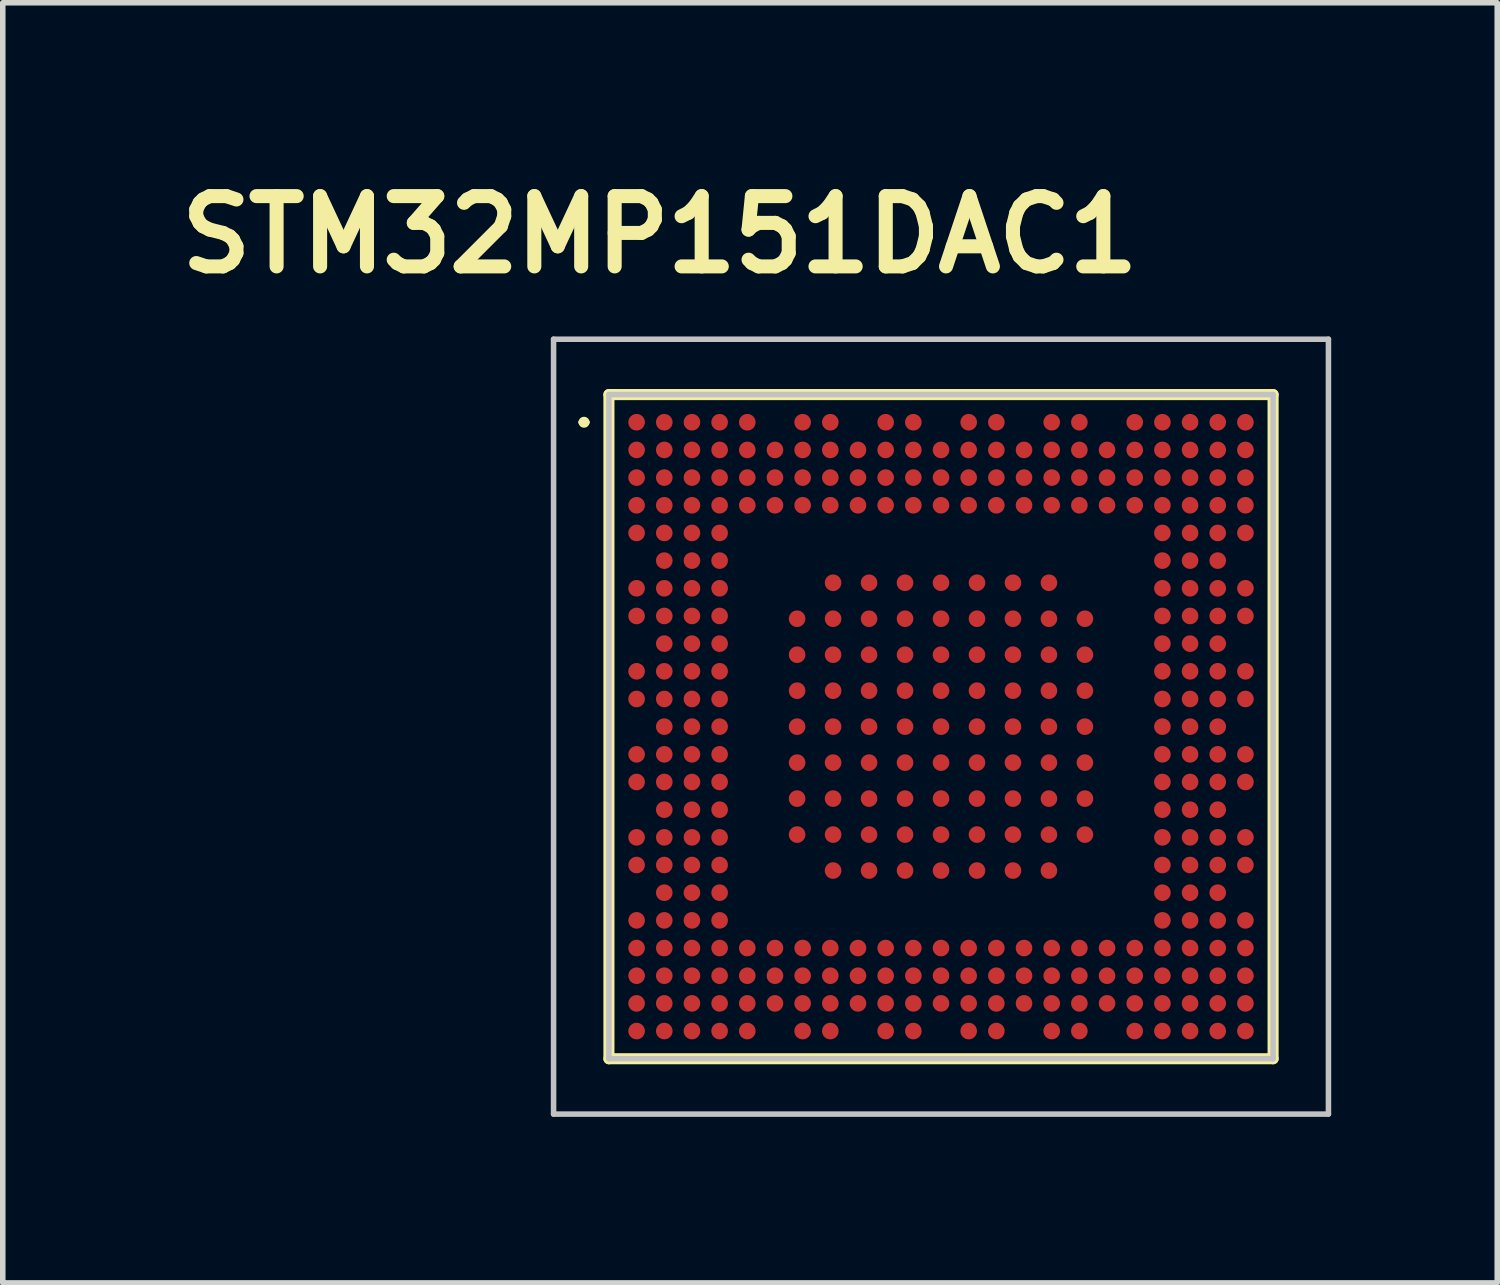
<source format=kicad_pcb>
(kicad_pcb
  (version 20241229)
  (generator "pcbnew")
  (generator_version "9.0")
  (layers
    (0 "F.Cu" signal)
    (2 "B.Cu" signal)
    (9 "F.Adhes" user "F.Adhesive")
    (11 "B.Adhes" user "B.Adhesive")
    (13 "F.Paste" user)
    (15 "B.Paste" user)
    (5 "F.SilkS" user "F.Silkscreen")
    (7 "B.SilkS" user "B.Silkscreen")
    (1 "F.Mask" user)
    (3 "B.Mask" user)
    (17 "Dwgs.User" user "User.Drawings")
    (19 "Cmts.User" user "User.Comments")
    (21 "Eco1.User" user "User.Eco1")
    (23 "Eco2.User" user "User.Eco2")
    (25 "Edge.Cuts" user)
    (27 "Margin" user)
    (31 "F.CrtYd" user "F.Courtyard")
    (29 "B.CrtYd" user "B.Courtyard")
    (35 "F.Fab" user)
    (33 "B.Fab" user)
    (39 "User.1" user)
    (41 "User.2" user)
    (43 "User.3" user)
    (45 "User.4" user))
  (footprint "STM32MP151DAC1"
    (layer "F.Cu")
    (at 13.952 10.079)
    (property "Reference" "STM32MP151DAC1" (at -5.08 -8.89 0) (layer "F.SilkS") (effects (font (size 1.27 1.27) (thickness 0.254))))
    (attr smd)
    (fp_line (start -6.5 -5.5) (end -6.5 -5.5) (stroke (width 0.1) (type solid)) (layer "F.SilkS"))
    (fp_line (start -6.4 -5.5) (end -6.4 -5.5) (stroke (width 0.1) (type solid)) (layer "F.SilkS"))
    (fp_line (start -6 -6) (end -6 6) (stroke (width 0.2) (type solid)) (layer "F.SilkS"))
    (fp_line (start -6 6) (end 6 6) (stroke (width 0.2) (type solid)) (layer "F.SilkS"))
    (fp_line (start 6 -6) (end -6 -6) (stroke (width 0.2) (type solid)) (layer "F.SilkS"))
    (fp_line (start 6 6) (end 6 -6) (stroke (width 0.2) (type solid)) (layer "F.SilkS"))
    (fp_arc (start -6.5 -5.5) (mid -6.45 -5.55) (end -6.4 -5.5) (stroke (width 0.1) (type solid)) (layer "F.SilkS"))
    (fp_arc (start -6.4 -5.5) (mid -6.45 -5.45) (end -6.5 -5.5) (stroke (width 0.1) (type solid)) (layer "F.SilkS"))
    (fp_line (start -7 -7) (end -7 7) (stroke (width 0.1) (type solid)) (layer "Dwgs.User"))
    (fp_line (start -7 7) (end 7 7) (stroke (width 0.1) (type solid)) (layer "Dwgs.User"))
    (fp_line (start -6 -6) (end -6 6) (stroke (width 0.1) (type solid)) (layer "Dwgs.User"))
    (fp_line (start -6 6) (end 6 6) (stroke (width 0.1) (type solid)) (layer "Dwgs.User"))
    (fp_line (start 6 -6) (end -6 -6) (stroke (width 0.1) (type solid)) (layer "Dwgs.User"))
    (fp_line (start 6 6) (end 6 -6) (stroke (width 0.1) (type solid)) (layer "Dwgs.User"))
    (fp_line (start 7 -7) (end -7 -7) (stroke (width 0.1) (type solid)) (layer "Dwgs.User"))
    (fp_line (start 7 7) (end 7 -7) (stroke (width 0.1) (type solid)) (layer "Dwgs.User"))
    (pad "A1" smd circle (at -5.5 -5.5 90) (size 0.3 0.3) (layers "F.Cu" "F.Mask" "F.Paste"))
    (pad "A2" smd circle (at -5 -5.5 90) (size 0.3 0.3) (layers "F.Cu" "F.Mask" "F.Paste"))
    (pad "A3" smd circle (at -4.5 -5.5 90) (size 0.3 0.3) (layers "F.Cu" "F.Mask" "F.Paste"))
    (pad "A4" smd circle (at -4 -5.5 90) (size 0.3 0.3) (layers "F.Cu" "F.Mask" "F.Paste"))
    (pad "A5" smd circle (at -3.5 -5.5 90) (size 0.3 0.3) (layers "F.Cu" "F.Mask" "F.Paste"))
    (pad "A7" smd circle (at -2.5 -5.5 90) (size 0.3 0.3) (layers "F.Cu" "F.Mask" "F.Paste"))
    (pad "A8" smd circle (at -2 -5.5 90) (size 0.3 0.3) (layers "F.Cu" "F.Mask" "F.Paste"))
    (pad "A10" smd circle (at -1 -5.5 90) (size 0.3 0.3) (layers "F.Cu" "F.Mask" "F.Paste"))
    (pad "A11" smd circle (at -0.5 -5.5 90) (size 0.3 0.3) (layers "F.Cu" "F.Mask" "F.Paste"))
    (pad "A13" smd circle (at 0.5 -5.5 90) (size 0.3 0.3) (layers "F.Cu" "F.Mask" "F.Paste"))
    (pad "A14" smd circle (at 1 -5.5 90) (size 0.3 0.3) (layers "F.Cu" "F.Mask" "F.Paste"))
    (pad "A16" smd circle (at 2 -5.5 90) (size 0.3 0.3) (layers "F.Cu" "F.Mask" "F.Paste"))
    (pad "A17" smd circle (at 2.5 -5.5 90) (size 0.3 0.3) (layers "F.Cu" "F.Mask" "F.Paste"))
    (pad "A19" smd circle (at 3.5 -5.5 90) (size 0.3 0.3) (layers "F.Cu" "F.Mask" "F.Paste"))
    (pad "A20" smd circle (at 4 -5.5 90) (size 0.3 0.3) (layers "F.Cu" "F.Mask" "F.Paste"))
    (pad "A21" smd circle (at 4.5 -5.5 90) (size 0.3 0.3) (layers "F.Cu" "F.Mask" "F.Paste"))
    (pad "A22" smd circle (at 5 -5.5 90) (size 0.3 0.3) (layers "F.Cu" "F.Mask" "F.Paste"))
    (pad "A23" smd circle (at 5.5 -5.5 90) (size 0.3 0.3) (layers "F.Cu" "F.Mask" "F.Paste"))
    (pad "AA1" smd circle (at -5.5 4.5 90) (size 0.3 0.3) (layers "F.Cu" "F.Mask" "F.Paste"))
    (pad "AA2" smd circle (at -5 4.5 90) (size 0.3 0.3) (layers "F.Cu" "F.Mask" "F.Paste"))
    (pad "AA3" smd circle (at -4.5 4.5 90) (size 0.3 0.3) (layers "F.Cu" "F.Mask" "F.Paste"))
    (pad "AA4" smd circle (at -4 4.5 90) (size 0.3 0.3) (layers "F.Cu" "F.Mask" "F.Paste"))
    (pad "AA5" smd circle (at -3.5 4.5 90) (size 0.3 0.3) (layers "F.Cu" "F.Mask" "F.Paste"))
    (pad "AA6" smd circle (at -3 4.5 90) (size 0.3 0.3) (layers "F.Cu" "F.Mask" "F.Paste"))
    (pad "AA7" smd circle (at -2.5 4.5 90) (size 0.3 0.3) (layers "F.Cu" "F.Mask" "F.Paste"))
    (pad "AA8" smd circle (at -2 4.5 90) (size 0.3 0.3) (layers "F.Cu" "F.Mask" "F.Paste"))
    (pad "AA9" smd circle (at -1.5 4.5 90) (size 0.3 0.3) (layers "F.Cu" "F.Mask" "F.Paste"))
    (pad "AA10" smd circle (at -1 4.5 90) (size 0.3 0.3) (layers "F.Cu" "F.Mask" "F.Paste"))
    (pad "AA11" smd circle (at -0.5 4.5 90) (size 0.3 0.3) (layers "F.Cu" "F.Mask" "F.Paste"))
    (pad "AA12" smd circle (at 0 4.5 90) (size 0.3 0.3) (layers "F.Cu" "F.Mask" "F.Paste"))
    (pad "AA13" smd circle (at 0.5 4.5 90) (size 0.3 0.3) (layers "F.Cu" "F.Mask" "F.Paste"))
    (pad "AA14" smd circle (at 1 4.5 90) (size 0.3 0.3) (layers "F.Cu" "F.Mask" "F.Paste"))
    (pad "AA15" smd circle (at 1.5 4.5 90) (size 0.3 0.3) (layers "F.Cu" "F.Mask" "F.Paste"))
    (pad "AA16" smd circle (at 2 4.5 90) (size 0.3 0.3) (layers "F.Cu" "F.Mask" "F.Paste"))
    (pad "AA17" smd circle (at 2.5 4.5 90) (size 0.3 0.3) (layers "F.Cu" "F.Mask" "F.Paste"))
    (pad "AA18" smd circle (at 3 4.5 90) (size 0.3 0.3) (layers "F.Cu" "F.Mask" "F.Paste"))
    (pad "AA19" smd circle (at 3.5 4.5 90) (size 0.3 0.3) (layers "F.Cu" "F.Mask" "F.Paste"))
    (pad "AA20" smd circle (at 4 4.5 90) (size 0.3 0.3) (layers "F.Cu" "F.Mask" "F.Paste"))
    (pad "AA21" smd circle (at 4.5 4.5 90) (size 0.3 0.3) (layers "F.Cu" "F.Mask" "F.Paste"))
    (pad "AA22" smd circle (at 5 4.5 90) (size 0.3 0.3) (layers "F.Cu" "F.Mask" "F.Paste"))
    (pad "AA23" smd circle (at 5.5 4.5 90) (size 0.3 0.3) (layers "F.Cu" "F.Mask" "F.Paste"))
    (pad "AAA2" smd circle (at -1.95 -2.6 90) (size 0.3 0.3) (layers "F.Cu" "F.Mask" "F.Paste"))
    (pad "AAA3" smd circle (at -1.3 -2.6 90) (size 0.3 0.3) (layers "F.Cu" "F.Mask" "F.Paste"))
    (pad "AAA4" smd circle (at -0.65 -2.6 90) (size 0.3 0.3) (layers "F.Cu" "F.Mask" "F.Paste"))
    (pad "AAA5" smd circle (at 0 -2.6 90) (size 0.3 0.3) (layers "F.Cu" "F.Mask" "F.Paste"))
    (pad "AAA6" smd circle (at 0.65 -2.6 90) (size 0.3 0.3) (layers "F.Cu" "F.Mask" "F.Paste"))
    (pad "AAA7" smd circle (at 1.3 -2.6 90) (size 0.3 0.3) (layers "F.Cu" "F.Mask" "F.Paste"))
    (pad "AAA8" smd circle (at 1.95 -2.6 90) (size 0.3 0.3) (layers "F.Cu" "F.Mask" "F.Paste"))
    (pad "AB1" smd circle (at -5.5 5 90) (size 0.3 0.3) (layers "F.Cu" "F.Mask" "F.Paste"))
    (pad "AB2" smd circle (at -5 5 90) (size 0.3 0.3) (layers "F.Cu" "F.Mask" "F.Paste"))
    (pad "AB3" smd circle (at -4.5 5 90) (size 0.3 0.3) (layers "F.Cu" "F.Mask" "F.Paste"))
    (pad "AB4" smd circle (at -4 5 90) (size 0.3 0.3) (layers "F.Cu" "F.Mask" "F.Paste"))
    (pad "AB5" smd circle (at -3.5 5 90) (size 0.3 0.3) (layers "F.Cu" "F.Mask" "F.Paste"))
    (pad "AB6" smd circle (at -3 5 90) (size 0.3 0.3) (layers "F.Cu" "F.Mask" "F.Paste"))
    (pad "AB7" smd circle (at -2.5 5 90) (size 0.3 0.3) (layers "F.Cu" "F.Mask" "F.Paste"))
    (pad "AB8" smd circle (at -2 5 90) (size 0.3 0.3) (layers "F.Cu" "F.Mask" "F.Paste"))
    (pad "AB9" smd circle (at -1.5 5 90) (size 0.3 0.3) (layers "F.Cu" "F.Mask" "F.Paste"))
    (pad "AB10" smd circle (at -1 5 90) (size 0.3 0.3) (layers "F.Cu" "F.Mask" "F.Paste"))
    (pad "AB11" smd circle (at -0.5 5 90) (size 0.3 0.3) (layers "F.Cu" "F.Mask" "F.Paste"))
    (pad "AB12" smd circle (at 0 5 90) (size 0.3 0.3) (layers "F.Cu" "F.Mask" "F.Paste"))
    (pad "AB13" smd circle (at 0.5 5 90) (size 0.3 0.3) (layers "F.Cu" "F.Mask" "F.Paste"))
    (pad "AB14" smd circle (at 1 5 90) (size 0.3 0.3) (layers "F.Cu" "F.Mask" "F.Paste"))
    (pad "AB15" smd circle (at 1.5 5 90) (size 0.3 0.3) (layers "F.Cu" "F.Mask" "F.Paste"))
    (pad "AB16" smd circle (at 2 5 90) (size 0.3 0.3) (layers "F.Cu" "F.Mask" "F.Paste"))
    (pad "AB17" smd circle (at 2.5 5 90) (size 0.3 0.3) (layers "F.Cu" "F.Mask" "F.Paste"))
    (pad "AB18" smd circle (at 3 5 90) (size 0.3 0.3) (layers "F.Cu" "F.Mask" "F.Paste"))
    (pad "AB19" smd circle (at 3.5 5 90) (size 0.3 0.3) (layers "F.Cu" "F.Mask" "F.Paste"))
    (pad "AB20" smd circle (at 4 5 90) (size 0.3 0.3) (layers "F.Cu" "F.Mask" "F.Paste"))
    (pad "AB21" smd circle (at 4.5 5 90) (size 0.3 0.3) (layers "F.Cu" "F.Mask" "F.Paste"))
    (pad "AB22" smd circle (at 5 5 90) (size 0.3 0.3) (layers "F.Cu" "F.Mask" "F.Paste"))
    (pad "AB23" smd circle (at 5.5 5 90) (size 0.3 0.3) (layers "F.Cu" "F.Mask" "F.Paste"))
    (pad "AC1" smd circle (at -5.5 5.5 90) (size 0.3 0.3) (layers "F.Cu" "F.Mask" "F.Paste"))
    (pad "AC2" smd circle (at -5 5.5 90) (size 0.3 0.3) (layers "F.Cu" "F.Mask" "F.Paste"))
    (pad "AC3" smd circle (at -4.5 5.5 90) (size 0.3 0.3) (layers "F.Cu" "F.Mask" "F.Paste"))
    (pad "AC4" smd circle (at -4 5.5 90) (size 0.3 0.3) (layers "F.Cu" "F.Mask" "F.Paste"))
    (pad "AC5" smd circle (at -3.5 5.5 90) (size 0.3 0.3) (layers "F.Cu" "F.Mask" "F.Paste"))
    (pad "AC7" smd circle (at -2.5 5.5 90) (size 0.3 0.3) (layers "F.Cu" "F.Mask" "F.Paste"))
    (pad "AC8" smd circle (at -2 5.5 90) (size 0.3 0.3) (layers "F.Cu" "F.Mask" "F.Paste"))
    (pad "AC10" smd circle (at -1 5.5 90) (size 0.3 0.3) (layers "F.Cu" "F.Mask" "F.Paste"))
    (pad "AC11" smd circle (at -0.5 5.5 90) (size 0.3 0.3) (layers "F.Cu" "F.Mask" "F.Paste"))
    (pad "AC13" smd circle (at 0.5 5.5 90) (size 0.3 0.3) (layers "F.Cu" "F.Mask" "F.Paste"))
    (pad "AC14" smd circle (at 1 5.5 90) (size 0.3 0.3) (layers "F.Cu" "F.Mask" "F.Paste"))
    (pad "AC16" smd circle (at 2 5.5 90) (size 0.3 0.3) (layers "F.Cu" "F.Mask" "F.Paste"))
    (pad "AC17" smd circle (at 2.5 5.5 90) (size 0.3 0.3) (layers "F.Cu" "F.Mask" "F.Paste"))
    (pad "AC19" smd circle (at 3.5 5.5 90) (size 0.3 0.3) (layers "F.Cu" "F.Mask" "F.Paste"))
    (pad "AC20" smd circle (at 4 5.5 90) (size 0.3 0.3) (layers "F.Cu" "F.Mask" "F.Paste"))
    (pad "AC21" smd circle (at 4.5 5.5 90) (size 0.3 0.3) (layers "F.Cu" "F.Mask" "F.Paste"))
    (pad "AC22" smd circle (at 5 5.5 90) (size 0.3 0.3) (layers "F.Cu" "F.Mask" "F.Paste"))
    (pad "AC23" smd circle (at 5.5 5.5 90) (size 0.3 0.3) (layers "F.Cu" "F.Mask" "F.Paste"))
    (pad "B1" smd circle (at -5.5 -5 90) (size 0.3 0.3) (layers "F.Cu" "F.Mask" "F.Paste"))
    (pad "B2" smd circle (at -5 -5 90) (size 0.3 0.3) (layers "F.Cu" "F.Mask" "F.Paste"))
    (pad "B3" smd circle (at -4.5 -5 90) (size 0.3 0.3) (layers "F.Cu" "F.Mask" "F.Paste"))
    (pad "B4" smd circle (at -4 -5 90) (size 0.3 0.3) (layers "F.Cu" "F.Mask" "F.Paste"))
    (pad "B5" smd circle (at -3.5 -5 90) (size 0.3 0.3) (layers "F.Cu" "F.Mask" "F.Paste"))
    (pad "B6" smd circle (at -3 -5 90) (size 0.3 0.3) (layers "F.Cu" "F.Mask" "F.Paste"))
    (pad "B7" smd circle (at -2.5 -5 90) (size 0.3 0.3) (layers "F.Cu" "F.Mask" "F.Paste"))
    (pad "B8" smd circle (at -2 -5 90) (size 0.3 0.3) (layers "F.Cu" "F.Mask" "F.Paste"))
    (pad "B9" smd circle (at -1.5 -5 90) (size 0.3 0.3) (layers "F.Cu" "F.Mask" "F.Paste"))
    (pad "B10" smd circle (at -1 -5 90) (size 0.3 0.3) (layers "F.Cu" "F.Mask" "F.Paste"))
    (pad "B11" smd circle (at -0.5 -5 90) (size 0.3 0.3) (layers "F.Cu" "F.Mask" "F.Paste"))
    (pad "B12" smd circle (at 0 -5 90) (size 0.3 0.3) (layers "F.Cu" "F.Mask" "F.Paste"))
    (pad "B13" smd circle (at 0.5 -5 90) (size 0.3 0.3) (layers "F.Cu" "F.Mask" "F.Paste"))
    (pad "B14" smd circle (at 1 -5 90) (size 0.3 0.3) (layers "F.Cu" "F.Mask" "F.Paste"))
    (pad "B15" smd circle (at 1.5 -5 90) (size 0.3 0.3) (layers "F.Cu" "F.Mask" "F.Paste"))
    (pad "B16" smd circle (at 2 -5 90) (size 0.3 0.3) (layers "F.Cu" "F.Mask" "F.Paste"))
    (pad "B17" smd circle (at 2.5 -5 90) (size 0.3 0.3) (layers "F.Cu" "F.Mask" "F.Paste"))
    (pad "B18" smd circle (at 3 -5 90) (size 0.3 0.3) (layers "F.Cu" "F.Mask" "F.Paste"))
    (pad "B19" smd circle (at 3.5 -5 90) (size 0.3 0.3) (layers "F.Cu" "F.Mask" "F.Paste"))
    (pad "B20" smd circle (at 4 -5 90) (size 0.3 0.3) (layers "F.Cu" "F.Mask" "F.Paste"))
    (pad "B21" smd circle (at 4.5 -5 90) (size 0.3 0.3) (layers "F.Cu" "F.Mask" "F.Paste"))
    (pad "B22" smd circle (at 5 -5 90) (size 0.3 0.3) (layers "F.Cu" "F.Mask" "F.Paste"))
    (pad "B23" smd circle (at 5.5 -5 90) (size 0.3 0.3) (layers "F.Cu" "F.Mask" "F.Paste"))
    (pad "BBB1" smd circle (at -2.6 -1.95 90) (size 0.3 0.3) (layers "F.Cu" "F.Mask" "F.Paste"))
    (pad "BBB2" smd circle (at -1.95 -1.95 90) (size 0.3 0.3) (layers "F.Cu" "F.Mask" "F.Paste"))
    (pad "BBB3" smd circle (at -1.3 -1.95 90) (size 0.3 0.3) (layers "F.Cu" "F.Mask" "F.Paste"))
    (pad "BBB4" smd circle (at -0.65 -1.95 90) (size 0.3 0.3) (layers "F.Cu" "F.Mask" "F.Paste"))
    (pad "BBB5" smd circle (at 0 -1.95 90) (size 0.3 0.3) (layers "F.Cu" "F.Mask" "F.Paste"))
    (pad "BBB6" smd circle (at 0.65 -1.95 90) (size 0.3 0.3) (layers "F.Cu" "F.Mask" "F.Paste"))
    (pad "BBB7" smd circle (at 1.3 -1.95 90) (size 0.3 0.3) (layers "F.Cu" "F.Mask" "F.Paste"))
    (pad "BBB8" smd circle (at 1.95 -1.95 90) (size 0.3 0.3) (layers "F.Cu" "F.Mask" "F.Paste"))
    (pad "BBB9" smd circle (at 2.6 -1.95 90) (size 0.3 0.3) (layers "F.Cu" "F.Mask" "F.Paste"))
    (pad "C1" smd circle (at -5.5 -4.5 90) (size 0.3 0.3) (layers "F.Cu" "F.Mask" "F.Paste"))
    (pad "C2" smd circle (at -5 -4.5 90) (size 0.3 0.3) (layers "F.Cu" "F.Mask" "F.Paste"))
    (pad "C3" smd circle (at -4.5 -4.5 90) (size 0.3 0.3) (layers "F.Cu" "F.Mask" "F.Paste"))
    (pad "C4" smd circle (at -4 -4.5 90) (size 0.3 0.3) (layers "F.Cu" "F.Mask" "F.Paste"))
    (pad "C5" smd circle (at -3.5 -4.5 90) (size 0.3 0.3) (layers "F.Cu" "F.Mask" "F.Paste"))
    (pad "C6" smd circle (at -3 -4.5 90) (size 0.3 0.3) (layers "F.Cu" "F.Mask" "F.Paste"))
    (pad "C7" smd circle (at -2.5 -4.5 90) (size 0.3 0.3) (layers "F.Cu" "F.Mask" "F.Paste"))
    (pad "C8" smd circle (at -2 -4.5 90) (size 0.3 0.3) (layers "F.Cu" "F.Mask" "F.Paste"))
    (pad "C9" smd circle (at -1.5 -4.5 90) (size 0.3 0.3) (layers "F.Cu" "F.Mask" "F.Paste"))
    (pad "C10" smd circle (at -1 -4.5 90) (size 0.3 0.3) (layers "F.Cu" "F.Mask" "F.Paste"))
    (pad "C11" smd circle (at -0.5 -4.5 90) (size 0.3 0.3) (layers "F.Cu" "F.Mask" "F.Paste"))
    (pad "C12" smd circle (at 0 -4.5 90) (size 0.3 0.3) (layers "F.Cu" "F.Mask" "F.Paste"))
    (pad "C13" smd circle (at 0.5 -4.5 90) (size 0.3 0.3) (layers "F.Cu" "F.Mask" "F.Paste"))
    (pad "C14" smd circle (at 1 -4.5 90) (size 0.3 0.3) (layers "F.Cu" "F.Mask" "F.Paste"))
    (pad "C15" smd circle (at 1.5 -4.5 90) (size 0.3 0.3) (layers "F.Cu" "F.Mask" "F.Paste"))
    (pad "C16" smd circle (at 2 -4.5 90) (size 0.3 0.3) (layers "F.Cu" "F.Mask" "F.Paste"))
    (pad "C17" smd circle (at 2.5 -4.5 90) (size 0.3 0.3) (layers "F.Cu" "F.Mask" "F.Paste"))
    (pad "C18" smd circle (at 3 -4.5 90) (size 0.3 0.3) (layers "F.Cu" "F.Mask" "F.Paste"))
    (pad "C19" smd circle (at 3.5 -4.5 90) (size 0.3 0.3) (layers "F.Cu" "F.Mask" "F.Paste"))
    (pad "C20" smd circle (at 4 -4.5 90) (size 0.3 0.3) (layers "F.Cu" "F.Mask" "F.Paste"))
    (pad "C21" smd circle (at 4.5 -4.5 90) (size 0.3 0.3) (layers "F.Cu" "F.Mask" "F.Paste"))
    (pad "C22" smd circle (at 5 -4.5 90) (size 0.3 0.3) (layers "F.Cu" "F.Mask" "F.Paste"))
    (pad "C23" smd circle (at 5.5 -4.5 90) (size 0.3 0.3) (layers "F.Cu" "F.Mask" "F.Paste"))
    (pad "CCC1" smd circle (at -2.6 -1.3 90) (size 0.3 0.3) (layers "F.Cu" "F.Mask" "F.Paste"))
    (pad "CCC2" smd circle (at -1.95 -1.3 90) (size 0.3 0.3) (layers "F.Cu" "F.Mask" "F.Paste"))
    (pad "CCC3" smd circle (at -1.3 -1.3 90) (size 0.3 0.3) (layers "F.Cu" "F.Mask" "F.Paste"))
    (pad "CCC4" smd circle (at -0.65 -1.3 90) (size 0.3 0.3) (layers "F.Cu" "F.Mask" "F.Paste"))
    (pad "CCC5" smd circle (at 0 -1.3 90) (size 0.3 0.3) (layers "F.Cu" "F.Mask" "F.Paste"))
    (pad "CCC6" smd circle (at 0.65 -1.3 90) (size 0.3 0.3) (layers "F.Cu" "F.Mask" "F.Paste"))
    (pad "CCC7" smd circle (at 1.3 -1.3 90) (size 0.3 0.3) (layers "F.Cu" "F.Mask" "F.Paste"))
    (pad "CCC8" smd circle (at 1.95 -1.3 90) (size 0.3 0.3) (layers "F.Cu" "F.Mask" "F.Paste"))
    (pad "CCC9" smd circle (at 2.6 -1.3 90) (size 0.3 0.3) (layers "F.Cu" "F.Mask" "F.Paste"))
    (pad "D1" smd circle (at -5.5 -4 90) (size 0.3 0.3) (layers "F.Cu" "F.Mask" "F.Paste"))
    (pad "D2" smd circle (at -5 -4 90) (size 0.3 0.3) (layers "F.Cu" "F.Mask" "F.Paste"))
    (pad "D3" smd circle (at -4.5 -4 90) (size 0.3 0.3) (layers "F.Cu" "F.Mask" "F.Paste"))
    (pad "D4" smd circle (at -4 -4 90) (size 0.3 0.3) (layers "F.Cu" "F.Mask" "F.Paste"))
    (pad "D5" smd circle (at -3.5 -4 90) (size 0.3 0.3) (layers "F.Cu" "F.Mask" "F.Paste"))
    (pad "D6" smd circle (at -3 -4 90) (size 0.3 0.3) (layers "F.Cu" "F.Mask" "F.Paste"))
    (pad "D7" smd circle (at -2.5 -4 90) (size 0.3 0.3) (layers "F.Cu" "F.Mask" "F.Paste"))
    (pad "D8" smd circle (at -2 -4 90) (size 0.3 0.3) (layers "F.Cu" "F.Mask" "F.Paste"))
    (pad "D9" smd circle (at -1.5 -4 90) (size 0.3 0.3) (layers "F.Cu" "F.Mask" "F.Paste"))
    (pad "D10" smd circle (at -1 -4 90) (size 0.3 0.3) (layers "F.Cu" "F.Mask" "F.Paste"))
    (pad "D11" smd circle (at -0.5 -4 90) (size 0.3 0.3) (layers "F.Cu" "F.Mask" "F.Paste"))
    (pad "D12" smd circle (at 0 -4 90) (size 0.3 0.3) (layers "F.Cu" "F.Mask" "F.Paste"))
    (pad "D13" smd circle (at 0.5 -4 90) (size 0.3 0.3) (layers "F.Cu" "F.Mask" "F.Paste"))
    (pad "D14" smd circle (at 1 -4 90) (size 0.3 0.3) (layers "F.Cu" "F.Mask" "F.Paste"))
    (pad "D15" smd circle (at 1.5 -4 90) (size 0.3 0.3) (layers "F.Cu" "F.Mask" "F.Paste"))
    (pad "D16" smd circle (at 2 -4 90) (size 0.3 0.3) (layers "F.Cu" "F.Mask" "F.Paste"))
    (pad "D17" smd circle (at 2.5 -4 90) (size 0.3 0.3) (layers "F.Cu" "F.Mask" "F.Paste"))
    (pad "D18" smd circle (at 3 -4 90) (size 0.3 0.3) (layers "F.Cu" "F.Mask" "F.Paste"))
    (pad "D19" smd circle (at 3.5 -4 90) (size 0.3 0.3) (layers "F.Cu" "F.Mask" "F.Paste"))
    (pad "D20" smd circle (at 4 -4 90) (size 0.3 0.3) (layers "F.Cu" "F.Mask" "F.Paste"))
    (pad "D21" smd circle (at 4.5 -4 90) (size 0.3 0.3) (layers "F.Cu" "F.Mask" "F.Paste"))
    (pad "D22" smd circle (at 5 -4 90) (size 0.3 0.3) (layers "F.Cu" "F.Mask" "F.Paste"))
    (pad "D23" smd circle (at 5.5 -4 90) (size 0.3 0.3) (layers "F.Cu" "F.Mask" "F.Paste"))
    (pad "DDD1" smd circle (at -2.6 -0.65 90) (size 0.3 0.3) (layers "F.Cu" "F.Mask" "F.Paste"))
    (pad "DDD2" smd circle (at -1.95 -0.65 90) (size 0.3 0.3) (layers "F.Cu" "F.Mask" "F.Paste"))
    (pad "DDD3" smd circle (at -1.3 -0.65 90) (size 0.3 0.3) (layers "F.Cu" "F.Mask" "F.Paste"))
    (pad "DDD4" smd circle (at -0.65 -0.65 90) (size 0.3 0.3) (layers "F.Cu" "F.Mask" "F.Paste"))
    (pad "DDD5" smd circle (at 0 -0.65 90) (size 0.3 0.3) (layers "F.Cu" "F.Mask" "F.Paste"))
    (pad "DDD6" smd circle (at 0.65 -0.65 90) (size 0.3 0.3) (layers "F.Cu" "F.Mask" "F.Paste"))
    (pad "DDD7" smd circle (at 1.3 -0.65 90) (size 0.3 0.3) (layers "F.Cu" "F.Mask" "F.Paste"))
    (pad "DDD8" smd circle (at 1.95 -0.65 90) (size 0.3 0.3) (layers "F.Cu" "F.Mask" "F.Paste"))
    (pad "DDD9" smd circle (at 2.6 -0.65 90) (size 0.3 0.3) (layers "F.Cu" "F.Mask" "F.Paste"))
    (pad "E1" smd circle (at -5.5 -3.5 90) (size 0.3 0.3) (layers "F.Cu" "F.Mask" "F.Paste"))
    (pad "E2" smd circle (at -5 -3.5 90) (size 0.3 0.3) (layers "F.Cu" "F.Mask" "F.Paste"))
    (pad "E3" smd circle (at -4.5 -3.5 90) (size 0.3 0.3) (layers "F.Cu" "F.Mask" "F.Paste"))
    (pad "E4" smd circle (at -4 -3.5 90) (size 0.3 0.3) (layers "F.Cu" "F.Mask" "F.Paste"))
    (pad "E20" smd circle (at 4 -3.5 90) (size 0.3 0.3) (layers "F.Cu" "F.Mask" "F.Paste"))
    (pad "E21" smd circle (at 4.5 -3.5 90) (size 0.3 0.3) (layers "F.Cu" "F.Mask" "F.Paste"))
    (pad "E22" smd circle (at 5 -3.5 90) (size 0.3 0.3) (layers "F.Cu" "F.Mask" "F.Paste"))
    (pad "E23" smd circle (at 5.5 -3.5 90) (size 0.3 0.3) (layers "F.Cu" "F.Mask" "F.Paste"))
    (pad "EEE1" smd circle (at -2.6 0 90) (size 0.3 0.3) (layers "F.Cu" "F.Mask" "F.Paste"))
    (pad "EEE2" smd circle (at -1.95 0 90) (size 0.3 0.3) (layers "F.Cu" "F.Mask" "F.Paste"))
    (pad "EEE3" smd circle (at -1.3 0 90) (size 0.3 0.3) (layers "F.Cu" "F.Mask" "F.Paste"))
    (pad "EEE4" smd circle (at -0.65 0 90) (size 0.3 0.3) (layers "F.Cu" "F.Mask" "F.Paste"))
    (pad "EEE5" smd circle (at 0 0 90) (size 0.3 0.3) (layers "F.Cu" "F.Mask" "F.Paste"))
    (pad "EEE6" smd circle (at 0.65 0 90) (size 0.3 0.3) (layers "F.Cu" "F.Mask" "F.Paste"))
    (pad "EEE7" smd circle (at 1.3 0 90) (size 0.3 0.3) (layers "F.Cu" "F.Mask" "F.Paste"))
    (pad "EEE8" smd circle (at 1.95 0 90) (size 0.3 0.3) (layers "F.Cu" "F.Mask" "F.Paste"))
    (pad "EEE9" smd circle (at 2.6 0 90) (size 0.3 0.3) (layers "F.Cu" "F.Mask" "F.Paste"))
    (pad "F2" smd circle (at -5 -3 90) (size 0.3 0.3) (layers "F.Cu" "F.Mask" "F.Paste"))
    (pad "F3" smd circle (at -4.5 -3 90) (size 0.3 0.3) (layers "F.Cu" "F.Mask" "F.Paste"))
    (pad "F4" smd circle (at -4 -3 90) (size 0.3 0.3) (layers "F.Cu" "F.Mask" "F.Paste"))
    (pad "F20" smd circle (at 4 -3 90) (size 0.3 0.3) (layers "F.Cu" "F.Mask" "F.Paste"))
    (pad "F21" smd circle (at 4.5 -3 90) (size 0.3 0.3) (layers "F.Cu" "F.Mask" "F.Paste"))
    (pad "F22" smd circle (at 5 -3 90) (size 0.3 0.3) (layers "F.Cu" "F.Mask" "F.Paste"))
    (pad "FFF1" smd circle (at -2.6 0.65 90) (size 0.3 0.3) (layers "F.Cu" "F.Mask" "F.Paste"))
    (pad "FFF2" smd circle (at -1.95 0.65 90) (size 0.3 0.3) (layers "F.Cu" "F.Mask" "F.Paste"))
    (pad "FFF3" smd circle (at -1.3 0.65 90) (size 0.3 0.3) (layers "F.Cu" "F.Mask" "F.Paste"))
    (pad "FFF4" smd circle (at -0.65 0.65 90) (size 0.3 0.3) (layers "F.Cu" "F.Mask" "F.Paste"))
    (pad "FFF5" smd circle (at 0 0.65 90) (size 0.3 0.3) (layers "F.Cu" "F.Mask" "F.Paste"))
    (pad "FFF6" smd circle (at 0.65 0.65 90) (size 0.3 0.3) (layers "F.Cu" "F.Mask" "F.Paste"))
    (pad "FFF7" smd circle (at 1.3 0.65 90) (size 0.3 0.3) (layers "F.Cu" "F.Mask" "F.Paste"))
    (pad "FFF8" smd circle (at 1.95 0.65 90) (size 0.3 0.3) (layers "F.Cu" "F.Mask" "F.Paste"))
    (pad "FFF9" smd circle (at 2.6 0.65 90) (size 0.3 0.3) (layers "F.Cu" "F.Mask" "F.Paste"))
    (pad "G1" smd circle (at -5.5 -2.5 90) (size 0.3 0.3) (layers "F.Cu" "F.Mask" "F.Paste"))
    (pad "G2" smd circle (at -5 -2.5 90) (size 0.3 0.3) (layers "F.Cu" "F.Mask" "F.Paste"))
    (pad "G3" smd circle (at -4.5 -2.5 90) (size 0.3 0.3) (layers "F.Cu" "F.Mask" "F.Paste"))
    (pad "G4" smd circle (at -4 -2.5 90) (size 0.3 0.3) (layers "F.Cu" "F.Mask" "F.Paste"))
    (pad "G20" smd circle (at 4 -2.5 90) (size 0.3 0.3) (layers "F.Cu" "F.Mask" "F.Paste"))
    (pad "G21" smd circle (at 4.5 -2.5 90) (size 0.3 0.3) (layers "F.Cu" "F.Mask" "F.Paste"))
    (pad "G22" smd circle (at 5 -2.5 90) (size 0.3 0.3) (layers "F.Cu" "F.Mask" "F.Paste"))
    (pad "G23" smd circle (at 5.5 -2.5 90) (size 0.3 0.3) (layers "F.Cu" "F.Mask" "F.Paste"))
    (pad "GGG1" smd circle (at -2.6 1.3 90) (size 0.3 0.3) (layers "F.Cu" "F.Mask" "F.Paste"))
    (pad "GGG2" smd circle (at -1.95 1.3 90) (size 0.3 0.3) (layers "F.Cu" "F.Mask" "F.Paste"))
    (pad "GGG3" smd circle (at -1.3 1.3 90) (size 0.3 0.3) (layers "F.Cu" "F.Mask" "F.Paste"))
    (pad "GGG4" smd circle (at -0.65 1.3 90) (size 0.3 0.3) (layers "F.Cu" "F.Mask" "F.Paste"))
    (pad "GGG5" smd circle (at 0 1.3 90) (size 0.3 0.3) (layers "F.Cu" "F.Mask" "F.Paste"))
    (pad "GGG6" smd circle (at 0.65 1.3 90) (size 0.3 0.3) (layers "F.Cu" "F.Mask" "F.Paste"))
    (pad "GGG7" smd circle (at 1.3 1.3 90) (size 0.3 0.3) (layers "F.Cu" "F.Mask" "F.Paste"))
    (pad "GGG8" smd circle (at 1.95 1.3 90) (size 0.3 0.3) (layers "F.Cu" "F.Mask" "F.Paste"))
    (pad "GGG9" smd circle (at 2.6 1.3 90) (size 0.3 0.3) (layers "F.Cu" "F.Mask" "F.Paste"))
    (pad "H1" smd circle (at -5.5 -2 90) (size 0.3 0.3) (layers "F.Cu" "F.Mask" "F.Paste"))
    (pad "H2" smd circle (at -5 -2 90) (size 0.3 0.3) (layers "F.Cu" "F.Mask" "F.Paste"))
    (pad "H3" smd circle (at -4.5 -2 90) (size 0.3 0.3) (layers "F.Cu" "F.Mask" "F.Paste"))
    (pad "H4" smd circle (at -4 -2 90) (size 0.3 0.3) (layers "F.Cu" "F.Mask" "F.Paste"))
    (pad "H20" smd circle (at 4 -2 90) (size 0.3 0.3) (layers "F.Cu" "F.Mask" "F.Paste"))
    (pad "H21" smd circle (at 4.5 -2 90) (size 0.3 0.3) (layers "F.Cu" "F.Mask" "F.Paste"))
    (pad "H22" smd circle (at 5 -2 90) (size 0.3 0.3) (layers "F.Cu" "F.Mask" "F.Paste"))
    (pad "H23" smd circle (at 5.5 -2 90) (size 0.3 0.3) (layers "F.Cu" "F.Mask" "F.Paste"))
    (pad "HHH1" smd circle (at -2.6 1.95 90) (size 0.3 0.3) (layers "F.Cu" "F.Mask" "F.Paste"))
    (pad "HHH2" smd circle (at -1.95 1.95 90) (size 0.3 0.3) (layers "F.Cu" "F.Mask" "F.Paste"))
    (pad "HHH3" smd circle (at -1.3 1.95 90) (size 0.3 0.3) (layers "F.Cu" "F.Mask" "F.Paste"))
    (pad "HHH4" smd circle (at -0.65 1.95 90) (size 0.3 0.3) (layers "F.Cu" "F.Mask" "F.Paste"))
    (pad "HHH5" smd circle (at 0 1.95 90) (size 0.3 0.3) (layers "F.Cu" "F.Mask" "F.Paste"))
    (pad "HHH6" smd circle (at 0.65 1.95 90) (size 0.3 0.3) (layers "F.Cu" "F.Mask" "F.Paste"))
    (pad "HHH7" smd circle (at 1.3 1.95 90) (size 0.3 0.3) (layers "F.Cu" "F.Mask" "F.Paste"))
    (pad "HHH8" smd circle (at 1.95 1.95 90) (size 0.3 0.3) (layers "F.Cu" "F.Mask" "F.Paste"))
    (pad "HHH9" smd circle (at 2.6 1.95 90) (size 0.3 0.3) (layers "F.Cu" "F.Mask" "F.Paste"))
    (pad "J2" smd circle (at -5 -1.5 90) (size 0.3 0.3) (layers "F.Cu" "F.Mask" "F.Paste"))
    (pad "J3" smd circle (at -4.5 -1.5 90) (size 0.3 0.3) (layers "F.Cu" "F.Mask" "F.Paste"))
    (pad "J4" smd circle (at -4 -1.5 90) (size 0.3 0.3) (layers "F.Cu" "F.Mask" "F.Paste"))
    (pad "J20" smd circle (at 4 -1.5 90) (size 0.3 0.3) (layers "F.Cu" "F.Mask" "F.Paste"))
    (pad "J21" smd circle (at 4.5 -1.5 90) (size 0.3 0.3) (layers "F.Cu" "F.Mask" "F.Paste"))
    (pad "J22" smd circle (at 5 -1.5 90) (size 0.3 0.3) (layers "F.Cu" "F.Mask" "F.Paste"))
    (pad "JJJ2" smd circle (at -1.95 2.6 90) (size 0.3 0.3) (layers "F.Cu" "F.Mask" "F.Paste"))
    (pad "JJJ3" smd circle (at -1.3 2.6 90) (size 0.3 0.3) (layers "F.Cu" "F.Mask" "F.Paste"))
    (pad "JJJ4" smd circle (at -0.65 2.6 90) (size 0.3 0.3) (layers "F.Cu" "F.Mask" "F.Paste"))
    (pad "JJJ5" smd circle (at 0 2.6 90) (size 0.3 0.3) (layers "F.Cu" "F.Mask" "F.Paste"))
    (pad "JJJ6" smd circle (at 0.65 2.6 90) (size 0.3 0.3) (layers "F.Cu" "F.Mask" "F.Paste"))
    (pad "JJJ7" smd circle (at 1.3 2.6 90) (size 0.3 0.3) (layers "F.Cu" "F.Mask" "F.Paste"))
    (pad "JJJ8" smd circle (at 1.95 2.6 90) (size 0.3 0.3) (layers "F.Cu" "F.Mask" "F.Paste"))
    (pad "K1" smd circle (at -5.5 -1 90) (size 0.3 0.3) (layers "F.Cu" "F.Mask" "F.Paste"))
    (pad "K2" smd circle (at -5 -1 90) (size 0.3 0.3) (layers "F.Cu" "F.Mask" "F.Paste"))
    (pad "K3" smd circle (at -4.5 -1 90) (size 0.3 0.3) (layers "F.Cu" "F.Mask" "F.Paste"))
    (pad "K4" smd circle (at -4 -1 90) (size 0.3 0.3) (layers "F.Cu" "F.Mask" "F.Paste"))
    (pad "K20" smd circle (at 4 -1 90) (size 0.3 0.3) (layers "F.Cu" "F.Mask" "F.Paste"))
    (pad "K21" smd circle (at 4.5 -1 90) (size 0.3 0.3) (layers "F.Cu" "F.Mask" "F.Paste"))
    (pad "K22" smd circle (at 5 -1 90) (size 0.3 0.3) (layers "F.Cu" "F.Mask" "F.Paste"))
    (pad "K23" smd circle (at 5.5 -1 90) (size 0.3 0.3) (layers "F.Cu" "F.Mask" "F.Paste"))
    (pad "L1" smd circle (at -5.5 -0.5 90) (size 0.3 0.3) (layers "F.Cu" "F.Mask" "F.Paste"))
    (pad "L2" smd circle (at -5 -0.5 90) (size 0.3 0.3) (layers "F.Cu" "F.Mask" "F.Paste"))
    (pad "L3" smd circle (at -4.5 -0.5 90) (size 0.3 0.3) (layers "F.Cu" "F.Mask" "F.Paste"))
    (pad "L4" smd circle (at -4 -0.5 90) (size 0.3 0.3) (layers "F.Cu" "F.Mask" "F.Paste"))
    (pad "L20" smd circle (at 4 -0.5 90) (size 0.3 0.3) (layers "F.Cu" "F.Mask" "F.Paste"))
    (pad "L21" smd circle (at 4.5 -0.5 90) (size 0.3 0.3) (layers "F.Cu" "F.Mask" "F.Paste"))
    (pad "L22" smd circle (at 5 -0.5 90) (size 0.3 0.3) (layers "F.Cu" "F.Mask" "F.Paste"))
    (pad "L23" smd circle (at 5.5 -0.5 90) (size 0.3 0.3) (layers "F.Cu" "F.Mask" "F.Paste"))
    (pad "M2" smd circle (at -5 0 90) (size 0.3 0.3) (layers "F.Cu" "F.Mask" "F.Paste"))
    (pad "M3" smd circle (at -4.5 0 90) (size 0.3 0.3) (layers "F.Cu" "F.Mask" "F.Paste"))
    (pad "M4" smd circle (at -4 0 90) (size 0.3 0.3) (layers "F.Cu" "F.Mask" "F.Paste"))
    (pad "M20" smd circle (at 4 0 90) (size 0.3 0.3) (layers "F.Cu" "F.Mask" "F.Paste"))
    (pad "M21" smd circle (at 4.5 0 90) (size 0.3 0.3) (layers "F.Cu" "F.Mask" "F.Paste"))
    (pad "M22" smd circle (at 5 0 90) (size 0.3 0.3) (layers "F.Cu" "F.Mask" "F.Paste"))
    (pad "N1" smd circle (at -5.5 0.5 90) (size 0.3 0.3) (layers "F.Cu" "F.Mask" "F.Paste"))
    (pad "N2" smd circle (at -5 0.5 90) (size 0.3 0.3) (layers "F.Cu" "F.Mask" "F.Paste"))
    (pad "N3" smd circle (at -4.5 0.5 90) (size 0.3 0.3) (layers "F.Cu" "F.Mask" "F.Paste"))
    (pad "N4" smd circle (at -4 0.5 90) (size 0.3 0.3) (layers "F.Cu" "F.Mask" "F.Paste"))
    (pad "N20" smd circle (at 4 0.5 90) (size 0.3 0.3) (layers "F.Cu" "F.Mask" "F.Paste"))
    (pad "N21" smd circle (at 4.5 0.5 90) (size 0.3 0.3) (layers "F.Cu" "F.Mask" "F.Paste"))
    (pad "N22" smd circle (at 5 0.5 90) (size 0.3 0.3) (layers "F.Cu" "F.Mask" "F.Paste"))
    (pad "N23" smd circle (at 5.5 0.5 90) (size 0.3 0.3) (layers "F.Cu" "F.Mask" "F.Paste"))
    (pad "P1" smd circle (at -5.5 1 90) (size 0.3 0.3) (layers "F.Cu" "F.Mask" "F.Paste"))
    (pad "P2" smd circle (at -5 1 90) (size 0.3 0.3) (layers "F.Cu" "F.Mask" "F.Paste"))
    (pad "P3" smd circle (at -4.5 1 90) (size 0.3 0.3) (layers "F.Cu" "F.Mask" "F.Paste"))
    (pad "P4" smd circle (at -4 1 90) (size 0.3 0.3) (layers "F.Cu" "F.Mask" "F.Paste"))
    (pad "P20" smd circle (at 4 1 90) (size 0.3 0.3) (layers "F.Cu" "F.Mask" "F.Paste"))
    (pad "P21" smd circle (at 4.5 1 90) (size 0.3 0.3) (layers "F.Cu" "F.Mask" "F.Paste"))
    (pad "P22" smd circle (at 5 1 90) (size 0.3 0.3) (layers "F.Cu" "F.Mask" "F.Paste"))
    (pad "P23" smd circle (at 5.5 1 90) (size 0.3 0.3) (layers "F.Cu" "F.Mask" "F.Paste"))
    (pad "R2" smd circle (at -5 1.5 90) (size 0.3 0.3) (layers "F.Cu" "F.Mask" "F.Paste"))
    (pad "R3" smd circle (at -4.5 1.5 90) (size 0.3 0.3) (layers "F.Cu" "F.Mask" "F.Paste"))
    (pad "R4" smd circle (at -4 1.5 90) (size 0.3 0.3) (layers "F.Cu" "F.Mask" "F.Paste"))
    (pad "R20" smd circle (at 4 1.5 90) (size 0.3 0.3) (layers "F.Cu" "F.Mask" "F.Paste"))
    (pad "R21" smd circle (at 4.5 1.5 90) (size 0.3 0.3) (layers "F.Cu" "F.Mask" "F.Paste"))
    (pad "R22" smd circle (at 5 1.5 90) (size 0.3 0.3) (layers "F.Cu" "F.Mask" "F.Paste"))
    (pad "T1" smd circle (at -5.5 2 90) (size 0.3 0.3) (layers "F.Cu" "F.Mask" "F.Paste"))
    (pad "T2" smd circle (at -5 2 90) (size 0.3 0.3) (layers "F.Cu" "F.Mask" "F.Paste"))
    (pad "T3" smd circle (at -4.5 2 90) (size 0.3 0.3) (layers "F.Cu" "F.Mask" "F.Paste"))
    (pad "T4" smd circle (at -4 2 90) (size 0.3 0.3) (layers "F.Cu" "F.Mask" "F.Paste"))
    (pad "T20" smd circle (at 4 2 90) (size 0.3 0.3) (layers "F.Cu" "F.Mask" "F.Paste"))
    (pad "T21" smd circle (at 4.5 2 90) (size 0.3 0.3) (layers "F.Cu" "F.Mask" "F.Paste"))
    (pad "T22" smd circle (at 5 2 90) (size 0.3 0.3) (layers "F.Cu" "F.Mask" "F.Paste"))
    (pad "T23" smd circle (at 5.5 2 90) (size 0.3 0.3) (layers "F.Cu" "F.Mask" "F.Paste"))
    (pad "U1" smd circle (at -5.5 2.5 90) (size 0.3 0.3) (layers "F.Cu" "F.Mask" "F.Paste"))
    (pad "U2" smd circle (at -5 2.5 90) (size 0.3 0.3) (layers "F.Cu" "F.Mask" "F.Paste"))
    (pad "U3" smd circle (at -4.5 2.5 90) (size 0.3 0.3) (layers "F.Cu" "F.Mask" "F.Paste"))
    (pad "U4" smd circle (at -4 2.5 90) (size 0.3 0.3) (layers "F.Cu" "F.Mask" "F.Paste"))
    (pad "U20" smd circle (at 4 2.5 90) (size 0.3 0.3) (layers "F.Cu" "F.Mask" "F.Paste"))
    (pad "U21" smd circle (at 4.5 2.5 90) (size 0.3 0.3) (layers "F.Cu" "F.Mask" "F.Paste"))
    (pad "U22" smd circle (at 5 2.5 90) (size 0.3 0.3) (layers "F.Cu" "F.Mask" "F.Paste"))
    (pad "U23" smd circle (at 5.5 2.5 90) (size 0.3 0.3) (layers "F.Cu" "F.Mask" "F.Paste"))
    (pad "V2" smd circle (at -5 3 90) (size 0.3 0.3) (layers "F.Cu" "F.Mask" "F.Paste"))
    (pad "V3" smd circle (at -4.5 3 90) (size 0.3 0.3) (layers "F.Cu" "F.Mask" "F.Paste"))
    (pad "V4" smd circle (at -4 3 90) (size 0.3 0.3) (layers "F.Cu" "F.Mask" "F.Paste"))
    (pad "V20" smd circle (at 4 3 90) (size 0.3 0.3) (layers "F.Cu" "F.Mask" "F.Paste"))
    (pad "V21" smd circle (at 4.5 3 90) (size 0.3 0.3) (layers "F.Cu" "F.Mask" "F.Paste"))
    (pad "V22" smd circle (at 5 3 90) (size 0.3 0.3) (layers "F.Cu" "F.Mask" "F.Paste"))
    (pad "W1" smd circle (at -5.5 3.5 90) (size 0.3 0.3) (layers "F.Cu" "F.Mask" "F.Paste"))
    (pad "W2" smd circle (at -5 3.5 90) (size 0.3 0.3) (layers "F.Cu" "F.Mask" "F.Paste"))
    (pad "W3" smd circle (at -4.5 3.5 90) (size 0.3 0.3) (layers "F.Cu" "F.Mask" "F.Paste"))
    (pad "W4" smd circle (at -4 3.5 90) (size 0.3 0.3) (layers "F.Cu" "F.Mask" "F.Paste"))
    (pad "W20" smd circle (at 4 3.5 90) (size 0.3 0.3) (layers "F.Cu" "F.Mask" "F.Paste"))
    (pad "W21" smd circle (at 4.5 3.5 90) (size 0.3 0.3) (layers "F.Cu" "F.Mask" "F.Paste"))
    (pad "W22" smd circle (at 5 3.5 90) (size 0.3 0.3) (layers "F.Cu" "F.Mask" "F.Paste"))
    (pad "W23" smd circle (at 5.5 3.5 90) (size 0.3 0.3) (layers "F.Cu" "F.Mask" "F.Paste"))
    (pad "Y1" smd circle (at -5.5 4 90) (size 0.3 0.3) (layers "F.Cu" "F.Mask" "F.Paste"))
    (pad "Y2" smd circle (at -5 4 90) (size 0.3 0.3) (layers "F.Cu" "F.Mask" "F.Paste"))
    (pad "Y3" smd circle (at -4.5 4 90) (size 0.3 0.3) (layers "F.Cu" "F.Mask" "F.Paste"))
    (pad "Y4" smd circle (at -4 4 90) (size 0.3 0.3) (layers "F.Cu" "F.Mask" "F.Paste"))
    (pad "Y5" smd circle (at -3.5 4 90) (size 0.3 0.3) (layers "F.Cu" "F.Mask" "F.Paste"))
    (pad "Y6" smd circle (at -3 4 90) (size 0.3 0.3) (layers "F.Cu" "F.Mask" "F.Paste"))
    (pad "Y7" smd circle (at -2.5 4 90) (size 0.3 0.3) (layers "F.Cu" "F.Mask" "F.Paste"))
    (pad "Y8" smd circle (at -2 4 90) (size 0.3 0.3) (layers "F.Cu" "F.Mask" "F.Paste"))
    (pad "Y9" smd circle (at -1.5 4 90) (size 0.3 0.3) (layers "F.Cu" "F.Mask" "F.Paste"))
    (pad "Y10" smd circle (at -1 4 90) (size 0.3 0.3) (layers "F.Cu" "F.Mask" "F.Paste"))
    (pad "Y11" smd circle (at -0.5 4 90) (size 0.3 0.3) (layers "F.Cu" "F.Mask" "F.Paste"))
    (pad "Y12" smd circle (at 0 4 90) (size 0.3 0.3) (layers "F.Cu" "F.Mask" "F.Paste"))
    (pad "Y13" smd circle (at 0.5 4 90) (size 0.3 0.3) (layers "F.Cu" "F.Mask" "F.Paste"))
    (pad "Y14" smd circle (at 1 4 90) (size 0.3 0.3) (layers "F.Cu" "F.Mask" "F.Paste"))
    (pad "Y15" smd circle (at 1.5 4 90) (size 0.3 0.3) (layers "F.Cu" "F.Mask" "F.Paste"))
    (pad "Y16" smd circle (at 2 4 90) (size 0.3 0.3) (layers "F.Cu" "F.Mask" "F.Paste"))
    (pad "Y17" smd circle (at 2.5 4 90) (size 0.3 0.3) (layers "F.Cu" "F.Mask" "F.Paste"))
    (pad "Y18" smd circle (at 3 4 90) (size 0.3 0.3) (layers "F.Cu" "F.Mask" "F.Paste"))
    (pad "Y19" smd circle (at 3.5 4 90) (size 0.3 0.3) (layers "F.Cu" "F.Mask" "F.Paste"))
    (pad "Y20" smd circle (at 4 4 90) (size 0.3 0.3) (layers "F.Cu" "F.Mask" "F.Paste"))
    (pad "Y21" smd circle (at 4.5 4 90) (size 0.3 0.3) (layers "F.Cu" "F.Mask" "F.Paste"))
    (pad "Y22" smd circle (at 5 4 90) (size 0.3 0.3) (layers "F.Cu" "F.Mask" "F.Paste"))
    (pad "Y23" smd circle (at 5.5 4 90) (size 0.3 0.3) (layers "F.Cu" "F.Mask" "F.Paste")))
  (gr_rect
    (start -3 -3)
    (end 24.002 20.129)
    (stroke (width 0.1) (type default))
    (fill no)
    (layer "Edge.Cuts")))
</source>
